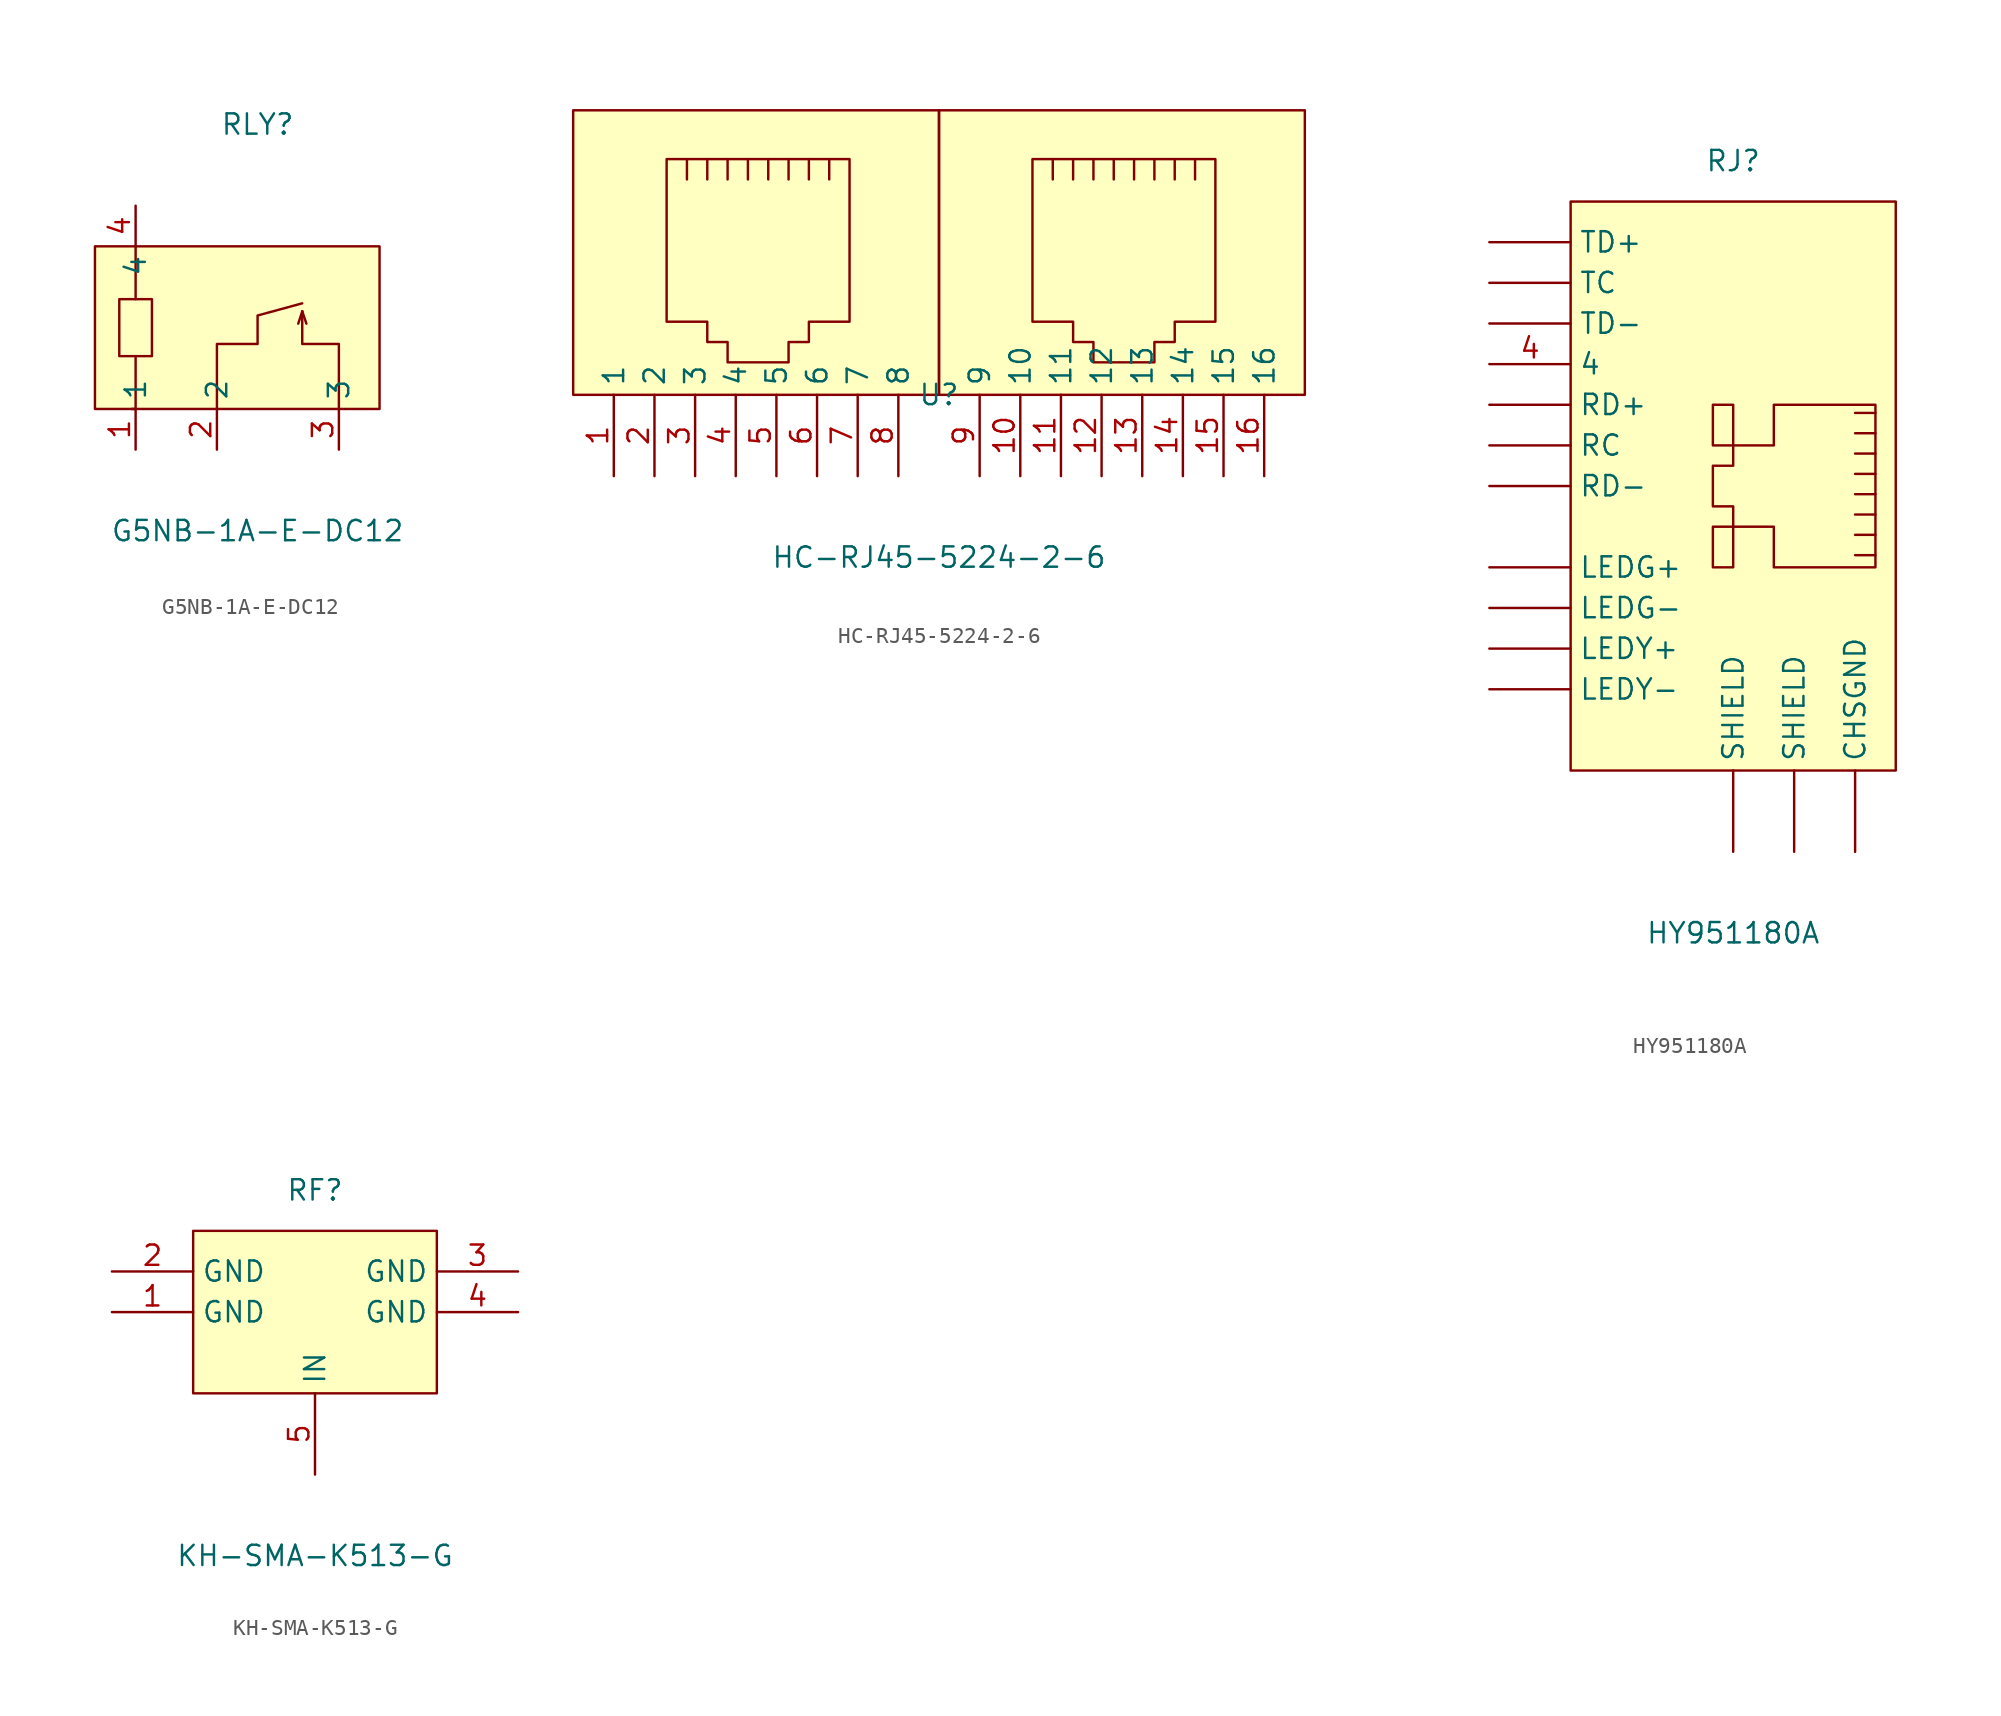
<source format=kicad_sym>
(kicad_symbol_lib
  (version 20211014)
  (generator https://github.com/uPesy/easyeda2kicad.py)
  (symbol "G5NB-1A-E-DC12"
    (property "Reference" "RLY"
      (at 0 12.70 0)
      (effects (font (size 1.27 1.27))))
    (property "Value" "G5NB-1A-E-DC12"
      (at 0 -12.70 0)
      (effects (font (size 1.27 1.27))))
    (symbol "G5NB-1A-E-DC12_0_1"
      (rectangle (start -10.16 5.08) (end 7.62 -5.08) (stroke (width 0) (type default) (color 0 0 0 0)) (fill (type background)))
      (rectangle (start -8.64 1.78) (end -6.60 -1.78) (stroke (width 0) (type default) (color 0 0 0 0)) (fill (type background)))
      (polyline (pts (xy -7.62 1.78) (xy -7.62 5.08)) (stroke (width 0) (type default) (color 0 0 0 0)) (fill (type none)))
      (polyline (pts (xy -7.62 -1.78) (xy -7.62 -5.08) (xy -7.87 -5.08)) (stroke (width 0) (type default) (color 0 0 0 0)) (fill (type none)))
      (polyline (pts (xy 5.08 -5.08) (xy 5.08 -1.02) (xy 2.79 -1.02) (xy 2.79 1.02)) (stroke (width 0) (type default) (color 0 0 0 0)) (fill (type none)))
      (polyline (pts (xy 2.79 1.02) (xy 2.54 0.25)) (stroke (width 0) (type default) (color 0 0 0 0)) (fill (type none)))
      (polyline (pts (xy 2.79 1.02) (xy 3.05 0.25)) (stroke (width 0) (type default) (color 0 0 0 0)) (fill (type none)))
      (polyline (pts (xy -2.54 -5.08) (xy -2.54 -1.02) (xy 0.00 -1.02) (xy 0.00 0.76) (xy 2.79 1.52)) (stroke (width 0) (type default) (color 0 0 0 0)) (fill (type none)))
      (pin unspecified line (at -7.62 -7.62 90) (length 2.54) (name "1" (effects (font (size 1.27 1.27)))) (number "1" (effects (font (size 1.27 1.27)))))
      (pin unspecified line (at -2.54 -7.62 90) (length 2.54) (name "2" (effects (font (size 1.27 1.27)))) (number "2" (effects (font (size 1.27 1.27)))))
      (pin unspecified line (at 5.08 -7.62 90) (length 2.54) (name "3" (effects (font (size 1.27 1.27)))) (number "3" (effects (font (size 1.27 1.27)))))
      (pin unspecified line (at -7.62 7.62 270) (length 2.54) (name "4" (effects (font (size 1.27 1.27)))) (number "4" (effects (font (size 1.27 1.27)))))))
  (symbol "HC-RJ45-5224-2-6"
    (property "Reference" "U"
      (at 0 -5.08 0)
      (effects (font (size 1.27 1.27))))
    (property "Value" "HC-RJ45-5224-2-6"
      (at 0 -15.24 0)
      (effects (font (size 1.27 1.27))))
    (symbol "HC-RJ45-5224-2-6_0_1"
      (rectangle (start 0.00 12.70) (end 22.86 -5.08) (stroke (width 0) (type default) (color 0 0 0 0)) (fill (type background)))
      (rectangle (start -22.86 12.70) (end 0.00 -5.08) (stroke (width 0) (type default) (color 0 0 0 0)) (fill (type background)))
      (polyline (pts (xy 17.27 9.65) (xy 5.84 9.65) (xy 5.84 -0.51) (xy 8.38 -0.51) (xy 8.38 -1.78) (xy 9.65 -1.78) (xy 9.65 -3.05) (xy 13.46 -3.05) (xy 13.46 -1.78) (xy 14.73 -1.78) (xy 14.73 -0.51) (xy 17.27 -0.51) (xy 17.27 9.65) (xy 17.27 9.65)) (stroke (width 0) (type default) (color 0 0 0 0)) (fill (type background)))
      (polyline (pts (xy 7.11 8.38) (xy 7.11 9.65) (xy 7.11 9.65)) (stroke (width 0) (type default) (color 0 0 0 0)) (fill (type none)))
      (polyline (pts (xy 8.38 8.38) (xy 8.38 9.65) (xy 8.38 9.65)) (stroke (width 0) (type default) (color 0 0 0 0)) (fill (type none)))
      (polyline (pts (xy 9.65 9.65) (xy 9.65 8.38) (xy 9.65 8.38)) (stroke (width 0) (type default) (color 0 0 0 0)) (fill (type none)))
      (polyline (pts (xy 10.92 9.65) (xy 10.92 8.38) (xy 10.92 8.38)) (stroke (width 0) (type default) (color 0 0 0 0)) (fill (type none)))
      (polyline (pts (xy 12.19 9.65) (xy 12.19 8.38) (xy 12.19 8.38)) (stroke (width 0) (type default) (color 0 0 0 0)) (fill (type none)))
      (polyline (pts (xy 13.46 9.65) (xy 13.46 8.38) (xy 13.46 8.38)) (stroke (width 0) (type default) (color 0 0 0 0)) (fill (type none)))
      (polyline (pts (xy 14.73 9.65) (xy 14.73 8.38) (xy 14.73 8.38)) (stroke (width 0) (type default) (color 0 0 0 0)) (fill (type none)))
      (polyline (pts (xy 16.00 8.38) (xy 16.00 9.65) (xy 16.00 9.65)) (stroke (width 0) (type default) (color 0 0 0 0)) (fill (type none)))
      (polyline (pts (xy -6.86 8.38) (xy -6.86 9.65) (xy -6.86 9.65)) (stroke (width 0) (type default) (color 0 0 0 0)) (fill (type none)))
      (polyline (pts (xy -8.13 9.65) (xy -8.13 8.38) (xy -8.13 8.38)) (stroke (width 0) (type default) (color 0 0 0 0)) (fill (type none)))
      (polyline (pts (xy -9.40 9.65) (xy -9.40 8.38) (xy -9.40 8.38)) (stroke (width 0) (type default) (color 0 0 0 0)) (fill (type none)))
      (polyline (pts (xy -10.67 9.65) (xy -10.67 8.38) (xy -10.67 8.38)) (stroke (width 0) (type default) (color 0 0 0 0)) (fill (type none)))
      (polyline (pts (xy -11.94 9.65) (xy -11.94 8.38) (xy -11.94 8.38)) (stroke (width 0) (type default) (color 0 0 0 0)) (fill (type none)))
      (polyline (pts (xy -13.21 9.65) (xy -13.21 8.38) (xy -13.21 8.38)) (stroke (width 0) (type default) (color 0 0 0 0)) (fill (type none)))
      (polyline (pts (xy -14.48 8.38) (xy -14.48 9.65) (xy -14.48 9.65)) (stroke (width 0) (type default) (color 0 0 0 0)) (fill (type none)))
      (polyline (pts (xy -15.75 8.38) (xy -15.75 9.65) (xy -15.75 9.65)) (stroke (width 0) (type default) (color 0 0 0 0)) (fill (type none)))
      (polyline (pts (xy -5.59 9.65) (xy -17.02 9.65) (xy -17.02 -0.51) (xy -14.48 -0.51) (xy -14.48 -1.78) (xy -13.21 -1.78) (xy -13.21 -3.05) (xy -9.40 -3.05) (xy -9.40 -1.78) (xy -8.13 -1.78) (xy -8.13 -0.51) (xy -5.59 -0.51) (xy -5.59 9.65) (xy -5.59 9.65)) (stroke (width 0) (type default) (color 0 0 0 0)) (fill (type background)))
      (pin unspecified line (at -2.54 -10.16 90) (length 5.08) (name "8" (effects (font (size 1.27 1.27)))) (number "8" (effects (font (size 1.27 1.27)))))
      (pin unspecified line (at -5.08 -10.16 90) (length 5.08) (name "7" (effects (font (size 1.27 1.27)))) (number "7" (effects (font (size 1.27 1.27)))))
      (pin unspecified line (at -7.62 -10.16 90) (length 5.08) (name "6" (effects (font (size 1.27 1.27)))) (number "6" (effects (font (size 1.27 1.27)))))
      (pin unspecified line (at -10.16 -10.16 90) (length 5.08) (name "5" (effects (font (size 1.27 1.27)))) (number "5" (effects (font (size 1.27 1.27)))))
      (pin unspecified line (at -12.70 -10.16 90) (length 5.08) (name "4" (effects (font (size 1.27 1.27)))) (number "4" (effects (font (size 1.27 1.27)))))
      (pin unspecified line (at -15.24 -10.16 90) (length 5.08) (name "3" (effects (font (size 1.27 1.27)))) (number "3" (effects (font (size 1.27 1.27)))))
      (pin unspecified line (at -17.78 -10.16 90) (length 5.08) (name "2" (effects (font (size 1.27 1.27)))) (number "2" (effects (font (size 1.27 1.27)))))
      (pin unspecified line (at -20.32 -10.16 90) (length 5.08) (name "1" (effects (font (size 1.27 1.27)))) (number "1" (effects (font (size 1.27 1.27)))))
      (pin unspecified line (at 2.54 -10.16 90) (length 5.08) (name "9" (effects (font (size 1.27 1.27)))) (number "9" (effects (font (size 1.27 1.27)))))
      (pin unspecified line (at 5.08 -10.16 90) (length 5.08) (name "10" (effects (font (size 1.27 1.27)))) (number "10" (effects (font (size 1.27 1.27)))))
      (pin unspecified line (at 7.62 -10.16 90) (length 5.08) (name "11" (effects (font (size 1.27 1.27)))) (number "11" (effects (font (size 1.27 1.27)))))
      (pin unspecified line (at 10.16 -10.16 90) (length 5.08) (name "12" (effects (font (size 1.27 1.27)))) (number "12" (effects (font (size 1.27 1.27)))))
      (pin unspecified line (at 12.70 -10.16 90) (length 5.08) (name "13" (effects (font (size 1.27 1.27)))) (number "13" (effects (font (size 1.27 1.27)))))
      (pin unspecified line (at 15.24 -10.16 90) (length 5.08) (name "14" (effects (font (size 1.27 1.27)))) (number "14" (effects (font (size 1.27 1.27)))))
      (pin unspecified line (at 17.78 -10.16 90) (length 5.08) (name "15" (effects (font (size 1.27 1.27)))) (number "15" (effects (font (size 1.27 1.27)))))
      (pin unspecified line (at 20.32 -10.16 90) (length 5.08) (name "16" (effects (font (size 1.27 1.27)))) (number "16" (effects (font (size 1.27 1.27)))))))
  (symbol "HY951180A"
    (property "Reference" "RJ"
      (at 0 20.32 0)
      (effects (font (size 1.27 1.27))))
    (property "Value" "HY951180A"
      (at 0 -27.94 0)
      (effects (font (size 1.27 1.27))))
    (symbol "HY951180A_0_1"
      (rectangle (start -10.16 17.78) (end 10.16 -17.78) (stroke (width 0) (type default) (color 0 0 0 0)) (fill (type background)))
      (rectangle (start -1.27 5.08) (end 0.00 2.54) (stroke (width 0) (type default) (color 0 0 0 0)) (fill (type background)))
      (rectangle (start -1.27 -2.54) (end 0.00 -5.08) (stroke (width 0) (type default) (color 0 0 0 0)) (fill (type background)))
      (polyline (pts (xy 8.89 4.57) (xy 7.62 4.57)) (stroke (width 0) (type default) (color 0 0 0 0)) (fill (type none)))
      (polyline (pts (xy 7.62 3.30) (xy 8.89 3.30)) (stroke (width 0) (type default) (color 0 0 0 0)) (fill (type none)))
      (polyline (pts (xy 8.89 2.03) (xy 7.62 2.03)) (stroke (width 0) (type default) (color 0 0 0 0)) (fill (type none)))
      (polyline (pts (xy 8.89 0.76) (xy 7.62 0.76)) (stroke (width 0) (type default) (color 0 0 0 0)) (fill (type none)))
      (polyline (pts (xy 8.89 -0.51) (xy 7.62 -0.51)) (stroke (width 0) (type default) (color 0 0 0 0)) (fill (type none)))
      (polyline (pts (xy 8.89 -1.78) (xy 7.62 -1.78)) (stroke (width 0) (type default) (color 0 0 0 0)) (fill (type none)))
      (polyline (pts (xy 8.89 -3.05) (xy 7.62 -3.05)) (stroke (width 0) (type default) (color 0 0 0 0)) (fill (type none)))
      (polyline (pts (xy 7.62 -4.32) (xy 8.89 -4.32)) (stroke (width 0) (type default) (color 0 0 0 0)) (fill (type none)))
      (polyline (pts (xy 8.89 5.08) (xy 8.89 -5.08) (xy 2.54 -5.08) (xy 2.54 -2.54) (xy 0.00 -2.54) (xy 0.00 -1.27) (xy -1.27 -1.27) (xy -1.27 1.27) (xy 0.00 1.27) (xy 0.00 2.54) (xy 2.54 2.54) (xy 2.54 5.08) (xy 8.89 5.08)) (stroke (width 0) (type default) (color 0 0 0 0)) (fill (type background)))
      (pin input line (at -15.24 15.24 0) (length 5.08) (name "TD+" (effects (font (size 1.27 1.27)))) (number "" (effects (font (size 1.27 1.27)))))
      (pin input line (at -15.24 10.16 0) (length 5.08) (name "TD-" (effects (font (size 1.27 1.27)))) (number "" (effects (font (size 1.27 1.27)))))
      (pin input line (at -15.24 12.70 0) (length 5.08) (name "TC" (effects (font (size 1.27 1.27)))) (number "" (effects (font (size 1.27 1.27)))))
      (pin input line (at -15.24 5.08 0) (length 5.08) (name "RD+" (effects (font (size 1.27 1.27)))) (number "" (effects (font (size 1.27 1.27)))))
      (pin input line (at -15.24 2.54 0) (length 5.08) (name "RC" (effects (font (size 1.27 1.27)))) (number "" (effects (font (size 1.27 1.27)))))
      (pin input line (at -15.24 -0.00 0) (length 5.08) (name "RD-" (effects (font (size 1.27 1.27)))) (number "" (effects (font (size 1.27 1.27)))))
      (pin input line (at 7.62 -22.86 90) (length 5.08) (name "CHSGND" (effects (font (size 1.27 1.27)))) (number "" (effects (font (size 1.27 1.27)))))
      (pin input line (at -15.24 -5.08 0) (length 5.08) (name "LEDG+" (effects (font (size 1.27 1.27)))) (number "" (effects (font (size 1.27 1.27)))))
      (pin input line (at -15.24 -7.62 0) (length 5.08) (name "LEDG-" (effects (font (size 1.27 1.27)))) (number "" (effects (font (size 1.27 1.27)))))
      (pin input line (at -15.24 -10.16 0) (length 5.08) (name "LEDY+" (effects (font (size 1.27 1.27)))) (number "" (effects (font (size 1.27 1.27)))))
      (pin input line (at -15.24 -12.70 0) (length 5.08) (name "LEDY-" (effects (font (size 1.27 1.27)))) (number "" (effects (font (size 1.27 1.27)))))
      (pin input line (at 0.00 -22.86 90) (length 5.08) (name "SHIELD" (effects (font (size 1.27 1.27)))) (number "" (effects (font (size 1.27 1.27)))))
      (pin input line (at 3.81 -22.86 90) (length 5.08) (name "SHIELD" (effects (font (size 1.27 1.27)))) (number "" (effects (font (size 1.27 1.27)))))
      (pin unspecified line (at -15.24 7.62 0) (length 5.08) (name "4" (effects (font (size 1.27 1.27)))) (number "4" (effects (font (size 1.27 1.27)))))))
  (symbol "KH-SMA-K513-G"
    (property "Reference" "RF"
      (at 0 7.62 0)
      (effects (font (size 1.27 1.27))))
    (property "Value" "KH-SMA-K513-G"
      (at 0 -15.24 0)
      (effects (font (size 1.27 1.27))))
    (symbol "KH-SMA-K513-G_0_1"
      (rectangle (start -7.62 5.08) (end 7.62 -5.08) (stroke (width 0) (type default) (color 0 0 0 0)) (fill (type background)))
      (pin unspecified line (at -12.70 -0.00 0) (length 5.08) (name "GND" (effects (font (size 1.27 1.27)))) (number "1" (effects (font (size 1.27 1.27)))))
      (pin unspecified line (at -12.70 2.54 0) (length 5.08) (name "GND" (effects (font (size 1.27 1.27)))) (number "2" (effects (font (size 1.27 1.27)))))
      (pin unspecified line (at 12.70 2.54 180) (length 5.08) (name "GND" (effects (font (size 1.27 1.27)))) (number "3" (effects (font (size 1.27 1.27)))))
      (pin unspecified line (at 12.70 -0.00 180) (length 5.08) (name "GND" (effects (font (size 1.27 1.27)))) (number "4" (effects (font (size 1.27 1.27)))))
      (pin unspecified line (at 0.00 -10.16 90) (length 5.08) (name "IN" (effects (font (size 1.27 1.27)))) (number "5" (effects (font (size 1.27 1.27))))))))
</source>
